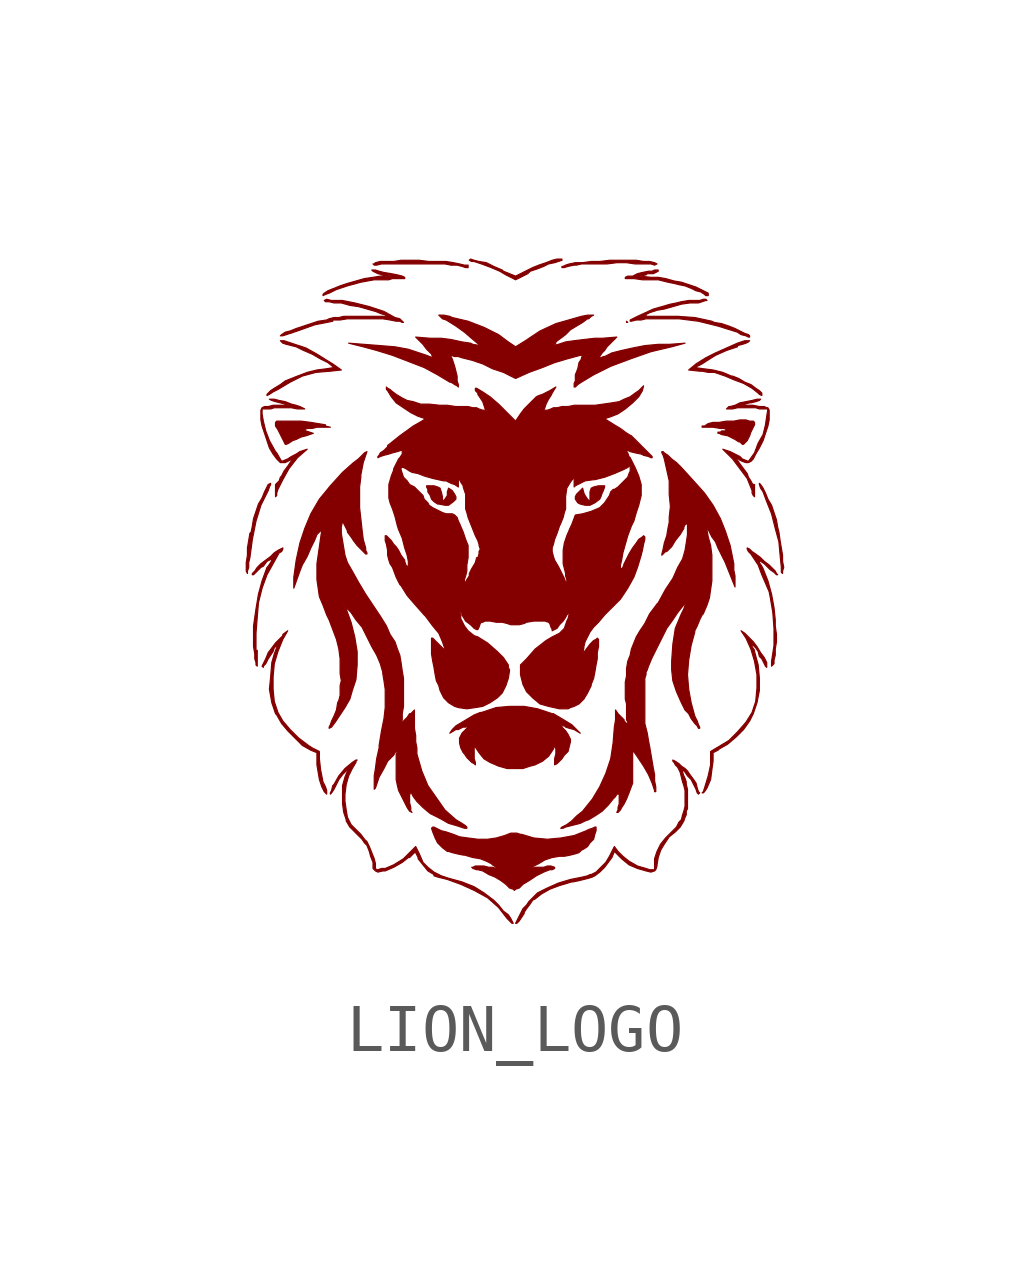
<source format=kicad_sym>
(kicad_symbol_lib
  (version 20201005)
  (generator kicad_symbol_editor)
  (symbol "lion_logo:LION_LOGO"
    (pin_names
      (offset 1.016))
    (property "Reference" "#G"
      (at 0 -6.833 0)
      (effects (font (size 1.27 1.27)) hide))
    (symbol "LION_LOGO_0_0"
      (polyline (pts (xy -0.076 -6.833) (xy -0.127 -6.756) (xy -0.229 -6.68) (xy -0.33 -6.553) (xy -0.432 -6.452) (xy -0.635 -6.299) (xy -0.838 -6.172) (xy -1.092 -6.071) (xy -1.372 -5.994) (xy -1.524 -5.944) (xy -1.676 -5.867) (xy -1.803 -5.766) (xy -1.905 -5.664) (xy -1.981 -5.486) (xy -2.057 -5.334) (xy -2.311 -5.588) (xy -2.515 -5.715) (xy -2.692 -5.791) (xy -2.769 -5.791) (xy -2.845 -5.817) (xy -2.87 -5.817) (xy -2.896 -5.791) (xy -2.896 -5.69) (xy -2.921 -5.588) (xy -3.023 -5.334) (xy -3.073 -5.232) (xy -3.124 -5.182) (xy -3.2 -5.08) (xy -3.404 -4.877) (xy -3.48 -4.724) (xy -3.505 -4.572) (xy -3.531 -4.394) (xy -3.531 -4.242) (xy -3.505 -4.039) (xy -3.454 -3.861) (xy -3.378 -3.708) (xy -3.302 -3.581) (xy -3.302 -3.556) (xy -3.277 -3.531) (xy -3.302 -3.531) (xy -3.378 -3.581) (xy -3.531 -3.708) (xy -3.658 -3.861) (xy -3.759 -4.039) (xy -3.785 -4.064) (xy -3.81 -4.166) (xy -3.835 -4.216) (xy -3.835 -4.242) (xy -3.81 -4.216) (xy -3.759 -4.14) (xy -3.658 -3.937) (xy -3.581 -3.835) (xy -3.531 -3.785) (xy -3.454 -3.683) (xy -3.48 -3.759) (xy -3.531 -3.886) (xy -3.581 -4.064) (xy -3.581 -4.445) (xy -3.556 -4.623) (xy -3.505 -4.775) (xy -3.505 -4.801) (xy -3.429 -4.928) (xy -3.175 -5.182) (xy -3.124 -5.258) (xy -3.073 -5.309) (xy -3.023 -5.436) (xy -2.997 -5.537) (xy -2.946 -5.664) (xy -2.946 -5.791) (xy -2.896 -5.842) (xy -2.845 -5.867) (xy -2.743 -5.842) (xy -2.692 -5.842) (xy -2.515 -5.766) (xy -2.337 -5.664) (xy -2.21 -5.563) (xy -2.184 -5.563) (xy -2.083 -5.461) (xy -2.057 -5.461) (xy -2.007 -5.563) (xy -2.007 -5.588) (xy -1.803 -5.842) (xy -1.676 -5.918) (xy -1.676 -5.944) (xy -1.6 -5.969) (xy -1.397 -6.02) (xy -1.118 -6.121) (xy -0.838 -6.248) (xy -0.559 -6.401) (xy -0.33 -6.604) (xy -0.152 -6.833) (xy -0.051 -6.934) (xy -0.025 -6.934) (xy -0.076 -6.833)) (stroke (width 0.025)) (fill (type outline)))
      (polyline (pts (xy 0.102 -6.883) (xy 0.203 -6.731) (xy 0.203 -6.706) (xy 0.254 -6.629) (xy 0.33 -6.528) (xy 0.381 -6.452) (xy 0.432 -6.426) (xy 0.559 -6.325) (xy 0.737 -6.223) (xy 0.94 -6.147) (xy 1.194 -6.071) (xy 1.219 -6.071) (xy 1.346 -6.045) (xy 1.549 -5.994) (xy 1.626 -5.969) (xy 1.676 -5.944) (xy 1.778 -5.867) (xy 1.88 -5.766) (xy 2.032 -5.563) (xy 2.083 -5.436) (xy 2.235 -5.588) (xy 2.388 -5.715) (xy 2.565 -5.791) (xy 2.743 -5.842) (xy 2.845 -5.867) (xy 2.921 -5.842) (xy 2.946 -5.817) (xy 2.972 -5.74) (xy 2.972 -5.715) (xy 2.997 -5.563) (xy 3.048 -5.41) (xy 3.124 -5.283) (xy 3.226 -5.131) (xy 3.353 -5.029) (xy 3.454 -4.928) (xy 3.531 -4.801) (xy 3.556 -4.724) (xy 3.581 -4.674) (xy 3.581 -4.597) (xy 3.607 -4.547) (xy 3.607 -4.14) (xy 3.581 -4.039) (xy 3.581 -3.988) (xy 3.556 -3.912) (xy 3.531 -3.861) (xy 3.48 -3.708) (xy 3.556 -3.785) (xy 3.607 -3.861) (xy 3.683 -3.937) (xy 3.785 -4.14) (xy 3.81 -4.216) (xy 3.835 -4.242) (xy 3.861 -4.216) (xy 3.835 -4.191) (xy 3.81 -4.115) (xy 3.785 -4.013) (xy 3.734 -3.937) (xy 3.658 -3.835) (xy 3.607 -3.759) (xy 3.556 -3.708) (xy 3.48 -3.658) (xy 3.429 -3.607) (xy 3.353 -3.556) (xy 3.302 -3.531) (xy 3.302 -3.556) (xy 3.327 -3.581) (xy 3.353 -3.632) (xy 3.404 -3.683) (xy 3.454 -3.785) (xy 3.505 -3.988) (xy 3.531 -4.064) (xy 3.556 -4.166) (xy 3.556 -4.496) (xy 3.531 -4.597) (xy 3.505 -4.674) (xy 3.48 -4.775) (xy 3.429 -4.826) (xy 3.378 -4.928) (xy 3.15 -5.156) (xy 3.048 -5.283) (xy 2.972 -5.436) (xy 2.921 -5.588) (xy 2.921 -5.817) (xy 2.819 -5.817) (xy 2.743 -5.791) (xy 2.565 -5.74) (xy 2.388 -5.639) (xy 2.261 -5.537) (xy 2.159 -5.436) (xy 2.083 -5.334) (xy 1.981 -5.537) (xy 1.905 -5.664) (xy 1.702 -5.867) (xy 1.6 -5.918) (xy 1.575 -5.918) (xy 1.524 -5.944) (xy 1.422 -5.969) (xy 1.168 -6.02) (xy 0.914 -6.096) (xy 0.686 -6.198) (xy 0.483 -6.299) (xy 0.305 -6.477) (xy 0.254 -6.553) (xy 0.178 -6.629) (xy 0.025 -6.934) (xy 0.051 -6.934) (xy 0.102 -6.883)) (stroke (width 0.025)) (fill (type outline)))
      (polyline (pts (xy 0.025 -6.223) (xy 0.102 -6.198) (xy 0.178 -6.121) (xy 0.305 -6.045) (xy 0.457 -5.944) (xy 0.61 -5.867) (xy 0.737 -5.817) (xy 0.787 -5.817) (xy 0.838 -5.791) (xy 0.838 -5.766) (xy 0.762 -5.74) (xy 0.686 -5.74) (xy 0.61 -5.766) (xy 0.432 -5.766) (xy 0.381 -5.791) (xy 0.33 -5.791) (xy 0.381 -5.766) (xy 0.406 -5.74) (xy 0.508 -5.69) (xy 0.635 -5.613) (xy 0.787 -5.563) (xy 0.94 -5.537) (xy 1.041 -5.537) (xy 1.168 -5.512) (xy 1.27 -5.486) (xy 1.346 -5.461) (xy 1.397 -5.41) (xy 1.448 -5.385) (xy 1.524 -5.334) (xy 1.575 -5.258) (xy 1.651 -5.182) (xy 1.676 -5.08) (xy 1.702 -5.004) (xy 1.702 -4.928) (xy 1.676 -4.928) (xy 1.626 -4.953) (xy 1.549 -4.978) (xy 1.499 -5.004) (xy 1.245 -5.105) (xy 0.965 -5.156) (xy 0.686 -5.182) (xy 0.406 -5.156) (xy 0.152 -5.08) (xy 0.127 -5.08) (xy 0.051 -5.055) (xy -0.076 -5.055) (xy -0.203 -5.105) (xy -0.381 -5.156) (xy -0.559 -5.182) (xy -0.762 -5.182) (xy -0.965 -5.156) (xy -1.143 -5.131) (xy -1.27 -5.08) (xy -1.422 -5.029) (xy -1.524 -5.004) (xy -1.676 -4.928) (xy -1.702 -4.928) (xy -1.727 -4.953) (xy -1.702 -5.029) (xy -1.651 -5.156) (xy -1.6 -5.258) (xy -1.499 -5.359) (xy -1.397 -5.436) (xy -1.372 -5.436) (xy -1.295 -5.461) (xy -1.194 -5.486) (xy -1.067 -5.512) (xy -1.041 -5.512) (xy -0.864 -5.563) (xy -0.711 -5.588) (xy -0.584 -5.639) (xy -0.483 -5.69) (xy -0.457 -5.715) (xy -0.381 -5.766) (xy -0.356 -5.791) (xy -0.381 -5.791) (xy -0.457 -5.766) (xy -0.533 -5.766) (xy -0.635 -5.74) (xy -0.813 -5.74) (xy -0.864 -5.766) (xy -0.889 -5.766) (xy -0.864 -5.791) (xy -0.787 -5.817) (xy -0.762 -5.817) (xy -0.66 -5.842) (xy -0.533 -5.918) (xy -0.406 -5.969) (xy -0.279 -6.045) (xy -0.178 -6.121) (xy -0.102 -6.198) (xy -0.025 -6.223) (xy 0 -6.248) (xy 0.025 -6.223)) (stroke (width 0.025)) (fill (type outline)))
      (polyline (pts (xy -0.991 -4.928) (xy -1.016 -4.902) (xy -1.092 -4.851) (xy -1.219 -4.775) (xy -1.448 -4.572) (xy -1.803 -4.064) (xy -1.93 -3.759) (xy -2.032 -3.404) (xy -2.032 -3.277) (xy -2.057 -3.15) (xy -2.057 -3.023) (xy -2.083 -2.87) (xy -2.083 -2.489) (xy -2.159 -2.565) (xy -2.184 -2.565) (xy -2.235 -2.642) (xy -2.362 -2.769) (xy -2.337 -2.692) (xy -2.337 -2.565) (xy -2.311 -2.413) (xy -2.311 -1.829) (xy -2.337 -1.676) (xy -2.362 -1.499) (xy -2.388 -1.346) (xy -2.438 -1.219) (xy -2.489 -1.067) (xy -2.591 -0.914) (xy -2.667 -0.737) (xy -2.794 -0.533) (xy -3.099 -0.076) (xy -3.251 0.178) (xy -3.378 0.406) (xy -3.48 0.584) (xy -3.531 0.737) (xy -3.607 1.194) (xy -3.607 1.321) (xy -3.581 1.448) (xy -3.48 1.245) (xy -3.48 1.219) (xy -3.404 1.118) (xy -3.353 1.041) (xy -3.277 0.94) (xy -3.099 0.762) (xy -3.073 0.762) (xy -3.073 0.787) (xy -3.099 0.838) (xy -3.099 0.889) (xy -3.15 1.067) (xy -3.175 1.27) (xy -3.226 1.727) (xy -3.226 2.159) (xy -3.2 2.362) (xy -3.2 2.413) (xy -3.15 2.667) (xy -3.073 2.896) (xy -3.124 2.87) (xy -3.251 2.743) (xy -3.353 2.667) (xy -3.581 2.464) (xy -3.835 2.184) (xy -4.064 1.905) (xy -4.242 1.6) (xy -4.369 1.295) (xy -4.47 0.991) (xy -4.547 0.635) (xy -4.597 0.279) (xy -4.597 0.051) (xy -4.47 0.406) (xy -4.42 0.533) (xy -4.318 0.711) (xy -4.242 0.889) (xy -4.166 1.041) (xy -4.115 1.168) (xy -4.039 1.245) (xy -4.039 1.27) (xy -4.013 1.295) (xy -4.013 1.27) (xy -4.115 0.559) (xy -4.115 0.229) (xy -4.064 -0.127) (xy -3.988 -0.305) (xy -3.912 -0.508) (xy -3.861 -0.61) (xy -3.708 -1.016) (xy -3.658 -1.219) (xy -3.632 -1.422) (xy -3.632 -1.727) (xy -3.607 -1.88) (xy -3.632 -1.981) (xy -3.632 -2.184) (xy -3.658 -2.286) (xy -3.683 -2.337) (xy -3.708 -2.489) (xy -3.759 -2.616) (xy -3.81 -2.718) (xy -3.835 -2.794) (xy -3.861 -2.845) (xy -3.861 -2.87) (xy -3.81 -2.845) (xy -3.734 -2.743) (xy -3.531 -2.438) (xy -3.429 -2.261) (xy -3.378 -2.083) (xy -3.302 -1.854) (xy -3.277 -1.549) (xy -3.277 -1.27) (xy -3.327 -0.965) (xy -3.404 -0.66) (xy -3.505 -0.381) (xy -3.581 -0.254) (xy -3.48 -0.381) (xy -3.404 -0.457) (xy -3.302 -0.61) (xy -3.175 -0.762) (xy -2.972 -1.168) (xy -2.87 -1.346) (xy -2.794 -1.524) (xy -2.743 -1.702) (xy -2.743 -1.727) (xy -2.718 -1.88) (xy -2.692 -2.057) (xy -2.692 -2.438) (xy -2.718 -2.667) (xy -2.769 -2.921) (xy -2.819 -3.226) (xy -2.819 -3.277) (xy -2.87 -3.505) (xy -2.896 -3.708) (xy -2.921 -3.861) (xy -2.921 -4.14) (xy -2.896 -4.115) (xy -2.819 -3.886) (xy -2.718 -3.708) (xy -2.642 -3.556) (xy -2.515 -3.429) (xy -2.489 -3.378) (xy -2.464 -3.353) (xy -2.438 -3.378) (xy -2.464 -3.404) (xy -2.464 -3.937) (xy -2.438 -4.064) (xy -2.413 -4.166) (xy -2.235 -4.521) (xy -2.184 -4.597) (xy -2.134 -4.623) (xy -2.159 -4.597) (xy -2.159 -4.521) (xy -2.184 -4.42) (xy -2.184 -4.267) (xy -2.159 -4.191) (xy -2.108 -4.293) (xy -2.032 -4.394) (xy -1.905 -4.521) (xy -1.753 -4.648) (xy -1.549 -4.75) (xy -1.372 -4.851) (xy -1.194 -4.902) (xy -1.041 -4.953) (xy -0.991 -4.953) (xy -0.991 -4.928)) (stroke (width 0.025)) (fill (type outline)))
      (polyline (pts (xy 1.067 -4.928) (xy 1.372 -4.851) (xy 1.473 -4.801) (xy 1.549 -4.775) (xy 1.676 -4.699) (xy 1.829 -4.597) (xy 1.956 -4.47) (xy 2.057 -4.343) (xy 2.108 -4.293) (xy 2.134 -4.242) (xy 2.184 -4.242) (xy 2.184 -4.445) (xy 2.159 -4.521) (xy 2.159 -4.572) (xy 2.134 -4.623) (xy 2.159 -4.623) (xy 2.21 -4.572) (xy 2.235 -4.521) (xy 2.286 -4.445) (xy 2.337 -4.343) (xy 2.388 -4.216) (xy 2.464 -4.013) (xy 2.464 -3.327) (xy 2.54 -3.429) (xy 2.692 -3.658) (xy 2.794 -3.835) (xy 2.87 -4.013) (xy 2.921 -4.166) (xy 2.921 -4.191) (xy 2.946 -4.191) (xy 2.946 -4.089) (xy 2.921 -3.962) (xy 2.921 -3.835) (xy 2.896 -3.708) (xy 2.819 -3.251) (xy 2.794 -3.124) (xy 2.769 -2.972) (xy 2.718 -2.769) (xy 2.718 -1.829) (xy 2.743 -1.753) (xy 2.743 -1.702) (xy 2.769 -1.651) (xy 2.794 -1.575) (xy 2.87 -1.397) (xy 3.175 -0.787) (xy 3.302 -0.61) (xy 3.404 -0.457) (xy 3.505 -0.33) (xy 3.581 -0.229) (xy 3.531 -0.381) (xy 3.48 -0.483) (xy 3.353 -0.787) (xy 3.302 -1.118) (xy 3.277 -1.473) (xy 3.277 -1.651) (xy 3.302 -1.88) (xy 3.378 -2.108) (xy 3.48 -2.337) (xy 3.556 -2.489) (xy 3.632 -2.565) (xy 3.683 -2.667) (xy 3.759 -2.769) (xy 3.81 -2.819) (xy 3.835 -2.87) (xy 3.861 -2.87) (xy 3.861 -2.845) (xy 3.835 -2.794) (xy 3.81 -2.718) (xy 3.759 -2.616) (xy 3.683 -2.337) (xy 3.632 -2.057) (xy 3.607 -1.753) (xy 3.632 -1.448) (xy 3.683 -1.143) (xy 3.759 -0.864) (xy 3.759 -0.838) (xy 3.81 -0.737) (xy 3.861 -0.61) (xy 3.912 -0.508) (xy 3.937 -0.483) (xy 4.013 -0.305) (xy 4.064 -0.152) (xy 4.115 0.203) (xy 4.115 0.737) (xy 4.089 0.94) (xy 4.039 1.118) (xy 4.013 1.27) (xy 3.988 1.295) (xy 4.013 1.295) (xy 4.039 1.27) (xy 4.115 1.118) (xy 4.191 1.016) (xy 4.242 0.889) (xy 4.394 0.584) (xy 4.597 0.076) (xy 4.597 0.305) (xy 4.572 0.432) (xy 4.572 0.559) (xy 4.496 0.94) (xy 4.394 1.245) (xy 4.293 1.499) (xy 4.14 1.778) (xy 3.962 2.032) (xy 3.734 2.286) (xy 3.48 2.565) (xy 3.378 2.667) (xy 3.277 2.743) (xy 3.2 2.819) (xy 3.124 2.87) (xy 3.099 2.896) (xy 3.073 2.896) (xy 3.073 2.87) (xy 3.099 2.819) (xy 3.124 2.743) (xy 3.226 2.286) (xy 3.226 2.007) (xy 3.251 1.753) (xy 3.226 1.524) (xy 3.226 1.422) (xy 3.2 1.295) (xy 3.175 1.143) (xy 3.124 0.991) (xy 3.099 0.864) (xy 3.073 0.762) (xy 3.073 0.737) (xy 3.15 0.813) (xy 3.175 0.813) (xy 3.277 0.914) (xy 3.353 1.041) (xy 3.454 1.168) (xy 3.531 1.295) (xy 3.531 1.321) (xy 3.556 1.372) (xy 3.581 1.397) (xy 3.607 1.372) (xy 3.607 1.168) (xy 3.581 0.991) (xy 3.556 0.838) (xy 3.505 0.66) (xy 3.404 0.483) (xy 3.302 0.254) (xy 3.15 0.025) (xy 2.997 -0.254) (xy 2.972 -0.279) (xy 2.819 -0.483) (xy 2.718 -0.686) (xy 2.616 -0.838) (xy 2.54 -0.965) (xy 2.438 -1.219) (xy 2.413 -1.346) (xy 2.362 -1.473) (xy 2.337 -1.626) (xy 2.337 -1.778) (xy 2.311 -1.905) (xy 2.311 -2.261) (xy 2.337 -2.362) (xy 2.337 -2.692) (xy 2.362 -2.743) (xy 2.362 -2.794) (xy 2.286 -2.718) (xy 2.286 -2.692) (xy 2.159 -2.565) (xy 2.108 -2.489) (xy 2.108 -2.692) (xy 2.083 -2.845) (xy 2.057 -3.175) (xy 2.007 -3.505) (xy 1.905 -3.81) (xy 1.778 -4.089) (xy 1.626 -4.343) (xy 1.422 -4.597) (xy 1.295 -4.699) (xy 1.194 -4.801) (xy 1.092 -4.877) (xy 0.991 -4.928) (xy 0.965 -4.953) (xy 1.016 -4.953) (xy 1.067 -4.928)) (stroke (width 0.025)) (fill (type outline)))
      (polyline (pts (xy -3.912 -4.166) (xy -3.937 -4.089) (xy -3.988 -3.988) (xy -4.039 -3.734) (xy -4.064 -3.505) (xy -4.064 -3.353) (xy -4.216 -3.277) (xy -4.293 -3.226) (xy -4.496 -3.073) (xy -4.674 -2.896) (xy -4.826 -2.718) (xy -4.928 -2.54) (xy -5.004 -2.311) (xy -5.029 -2.057) (xy -5.029 -1.803) (xy -5.004 -1.524) (xy -4.928 -1.27) (xy -4.826 -1.016) (xy -4.724 -0.838) (xy -4.826 -0.914) (xy -4.826 -0.94) (xy -4.928 -1.041) (xy -4.978 -1.092) (xy -4.928 -1.092) (xy -4.902 -1.092) (xy -4.928 -1.118) (xy -4.928 -1.092) (xy -4.978 -1.092) (xy -5.131 -1.295) (xy -5.182 -1.422) (xy -5.258 -1.575) (xy -5.232 -1.6) (xy -5.232 -1.575) (xy -5.182 -1.524) (xy -5.131 -1.422) (xy -5.029 -1.27) (xy -5.004 -1.194) (xy -4.928 -1.118) (xy -5.004 -1.321) (xy -5.055 -1.499) (xy -5.08 -1.803) (xy -5.105 -2.057) (xy -5.055 -2.337) (xy -4.978 -2.565) (xy -4.953 -2.591) (xy -4.851 -2.769) (xy -4.724 -2.921) (xy -4.42 -3.226) (xy -4.242 -3.327) (xy -4.115 -3.378) (xy -4.115 -3.632) (xy -4.064 -3.937) (xy -4.013 -4.089) (xy -3.962 -4.191) (xy -3.912 -4.242) (xy -3.912 -4.166)) (stroke (width 0.025)) (fill (type outline)))
      (polyline (pts (xy 3.962 -4.191) (xy 4.013 -4.115) (xy 4.089 -3.937) (xy 4.115 -3.734) (xy 4.14 -3.556) (xy 4.14 -3.378) (xy 4.242 -3.327) (xy 4.267 -3.302) (xy 4.445 -3.2) (xy 4.623 -3.048) (xy 4.775 -2.896) (xy 4.902 -2.718) (xy 4.978 -2.565) (xy 5.055 -2.337) (xy 5.105 -2.083) (xy 5.105 -1.829) (xy 5.08 -1.549) (xy 5.004 -1.27) (xy 5.004 -1.245) (xy 4.953 -1.168) (xy 4.953 -1.092) (xy 4.978 -1.143) (xy 5.029 -1.194) (xy 5.08 -1.27) (xy 5.105 -1.372) (xy 5.156 -1.422) (xy 5.232 -1.575) (xy 5.258 -1.6) (xy 5.258 -1.499) (xy 5.207 -1.397) (xy 5.131 -1.295) (xy 5.055 -1.168) (xy 4.978 -1.067) (xy 4.801 -0.889) (xy 4.724 -0.838) (xy 4.826 -0.991) (xy 4.928 -1.219) (xy 5.004 -1.473) (xy 5.055 -1.753) (xy 5.055 -2.032) (xy 5.029 -2.311) (xy 4.953 -2.54) (xy 4.826 -2.743) (xy 4.648 -2.946) (xy 4.47 -3.124) (xy 4.089 -3.353) (xy 4.089 -3.632) (xy 4.039 -3.861) (xy 3.962 -4.115) (xy 3.937 -4.191) (xy 3.912 -4.216) (xy 3.937 -4.216) (xy 3.962 -4.191)) (stroke (width 0.025)) (fill (type outline)))
      (polyline (pts (xy 0.33 -3.658) (xy 0.432 -3.632) (xy 0.584 -3.556) (xy 0.711 -3.454) (xy 0.813 -3.302) (xy 0.838 -3.226) (xy 0.864 -3.302) (xy 0.864 -3.404) (xy 0.838 -3.505) (xy 0.838 -3.632) (xy 0.889 -3.607) (xy 0.991 -3.505) (xy 1.041 -3.429) (xy 1.118 -3.353) (xy 1.168 -3.15) (xy 1.168 -3.099) (xy 1.118 -2.997) (xy 1.067 -2.921) (xy 0.965 -2.819) (xy 1.041 -2.819) (xy 1.067 -2.845) (xy 1.143 -2.87) (xy 1.245 -2.896) (xy 1.372 -2.972) (xy 1.194 -2.794) (xy 0.813 -2.565) (xy 0.787 -2.565) (xy 0.483 -2.464) (xy 0.203 -2.413) (xy -0.102 -2.413) (xy -0.381 -2.438) (xy -0.686 -2.54) (xy -0.711 -2.54) (xy -0.838 -2.591) (xy -1.219 -2.819) (xy -1.295 -2.896) (xy -1.346 -2.972) (xy -1.219 -2.896) (xy -1.168 -2.896) (xy -1.067 -2.845) (xy -1.016 -2.845) (xy -0.94 -2.819) (xy -1.092 -2.972) (xy -1.143 -3.073) (xy -1.143 -3.175) (xy -1.118 -3.277) (xy -1.067 -3.378) (xy -1.041 -3.404) (xy -0.991 -3.48) (xy -0.889 -3.581) (xy -0.838 -3.607) (xy -0.813 -3.632) (xy -0.813 -3.581) (xy -0.838 -3.505) (xy -0.838 -3.226) (xy -0.737 -3.378) (xy -0.635 -3.505) (xy -0.508 -3.581) (xy -0.33 -3.658) (xy -0.152 -3.708) (xy 0.178 -3.708) (xy 0.33 -3.658)) (stroke (width 0.025)) (fill (type outline)))
      (polyline (pts (xy 1.168 -2.438) (xy 1.245 -2.413) (xy 1.346 -2.362) (xy 1.448 -2.261) (xy 1.524 -2.134) (xy 1.6 -1.981) (xy 1.6 -1.956) (xy 1.651 -1.829) (xy 1.676 -1.702) (xy 1.702 -1.549) (xy 1.727 -1.422) (xy 1.727 -1.295) (xy 1.753 -1.168) (xy 1.753 -1.016) (xy 1.727 -0.991) (xy 1.702 -1.016) (xy 1.651 -1.041) (xy 1.575 -1.118) (xy 1.422 -1.321) (xy 1.448 -1.194) (xy 1.448 -1.168) (xy 1.473 -1.067) (xy 1.575 -0.864) (xy 1.651 -0.762) (xy 1.753 -0.66) (xy 1.88 -0.508) (xy 2.21 -0.178) (xy 2.362 0.051) (xy 2.489 0.279) (xy 2.565 0.483) (xy 2.642 0.737) (xy 2.667 0.838) (xy 2.692 0.965) (xy 2.718 1.067) (xy 2.718 1.118) (xy 2.692 1.143) (xy 2.667 1.118) (xy 2.591 1.067) (xy 2.54 0.991) (xy 2.464 0.889) (xy 2.388 0.762) (xy 2.286 0.559) (xy 2.261 0.483) (xy 2.235 0.457) (xy 2.21 0.457) (xy 2.21 0.533) (xy 2.235 0.635) (xy 2.261 0.787) (xy 2.362 1.143) (xy 2.438 1.346) (xy 2.489 1.448) (xy 2.54 1.626) (xy 2.591 1.778) (xy 2.642 1.981) (xy 2.642 2.21) (xy 2.591 2.388) (xy 2.515 2.565) (xy 2.413 2.769) (xy 2.388 2.794) (xy 2.362 2.87) (xy 2.337 2.896) (xy 2.362 2.921) (xy 2.413 2.896) (xy 2.515 2.87) (xy 2.642 2.845) (xy 2.692 2.819) (xy 2.794 2.794) (xy 2.845 2.769) (xy 2.87 2.769) (xy 2.87 2.794) (xy 2.438 3.226) (xy 2.388 3.251) (xy 2.311 3.302) (xy 2.21 3.378) (xy 2.083 3.454) (xy 1.88 3.581) (xy 2.032 3.632) (xy 2.159 3.683) (xy 2.311 3.785) (xy 2.464 3.912) (xy 2.591 4.039) (xy 2.667 4.166) (xy 2.692 4.267) (xy 2.591 4.166) (xy 2.515 4.115) (xy 2.413 4.039) (xy 2.286 3.988) (xy 2.184 3.937) (xy 2.032 3.912) (xy 1.676 3.861) (xy 1.245 3.861) (xy 1.118 3.835) (xy 0.991 3.835) (xy 0.889 3.81) (xy 0.813 3.81) (xy 0.762 3.785) (xy 0.686 3.759) (xy 0.61 3.759) (xy 0.635 3.81) (xy 0.66 3.886) (xy 0.711 3.988) (xy 0.762 4.064) (xy 0.787 4.115) (xy 0.864 4.242) (xy 0.737 4.166) (xy 0.584 4.089) (xy 0.508 4.064) (xy 0.457 4.039) (xy 0.203 3.785) (xy 0.127 3.683) (xy 0.025 3.531) (xy -0.33 3.886) (xy -0.508 4.039) (xy -0.66 4.14) (xy -0.787 4.216) (xy -0.813 4.216) (xy -0.813 4.166) (xy -0.762 4.115) (xy -0.762 4.089) (xy -0.66 3.937) (xy -0.61 3.785) (xy -0.584 3.759) (xy -0.66 3.759) (xy -0.737 3.785) (xy -0.787 3.81) (xy -0.864 3.81) (xy -0.965 3.835) (xy -1.219 3.835) (xy -1.397 3.861) (xy -1.549 3.861) (xy -1.778 3.886) (xy -1.956 3.886) (xy -2.108 3.937) (xy -2.235 3.962) (xy -2.337 4.013) (xy -2.464 4.089) (xy -2.565 4.166) (xy -2.591 4.191) (xy -2.642 4.216) (xy -2.667 4.242) (xy -2.667 4.191) (xy -2.642 4.166) (xy -2.565 4.039) (xy -2.464 3.912) (xy -2.159 3.708) (xy -2.007 3.632) (xy -1.854 3.581) (xy -1.93 3.531) (xy -2.108 3.429) (xy -2.388 3.226) (xy -2.642 3.023) (xy -2.642 2.997) (xy -2.718 2.921) (xy -2.794 2.87) (xy -2.819 2.819) (xy -2.845 2.794) (xy -2.845 2.769) (xy -2.794 2.794) (xy -2.718 2.819) (xy -2.616 2.845) (xy -2.54 2.87) (xy -2.438 2.896) (xy -2.362 2.921) (xy -2.337 2.921) (xy -2.337 2.845) (xy -2.388 2.769) (xy -2.413 2.743) (xy -2.515 2.54) (xy -2.515 2.515) (xy -2.362 2.515) (xy -2.362 2.565) (xy -2.311 2.565) (xy -2.261 2.54) (xy -2.184 2.489) (xy -2.134 2.464) (xy -2.007 2.438) (xy -1.88 2.388) (xy -1.702 2.337) (xy -1.473 2.286) (xy -1.422 2.286) (xy -1.321 2.235) (xy -1.245 2.21) (xy -1.168 2.159) (xy -1.168 2.311) (xy -1.143 2.311) (xy -1.118 2.261) (xy -1.067 2.184) (xy -1.067 2.159) (xy -1.016 2.007) (xy -1.016 1.702) (xy -0.991 1.626) (xy -0.965 1.524) (xy -0.813 1.143) (xy -0.762 1.041) (xy -0.737 0.965) (xy -0.737 0.94) (xy -0.711 0.864) (xy -0.737 0.813) (xy 0.787 0.813) (xy 0.787 0.889) (xy 0.813 0.965) (xy 0.838 1.067) (xy 0.889 1.194) (xy 0.94 1.346) (xy 0.965 1.397) (xy 1.016 1.524) (xy 1.041 1.626) (xy 1.067 1.702) (xy 1.067 1.956) (xy 1.092 2.134) (xy 1.168 2.261) (xy 1.245 2.362) (xy 1.245 2.159) (xy 1.27 2.184) (xy 1.473 2.286) (xy 1.651 2.311) (xy 1.676 2.311) (xy 1.88 2.362) (xy 2.083 2.438) (xy 2.261 2.515) (xy 2.362 2.565) (xy 2.388 2.591) (xy 2.413 2.591) (xy 2.413 2.489) (xy 2.388 2.438) (xy 2.362 2.362) (xy 2.159 2.159) (xy 2.083 2.108) (xy 2.057 2.108) (xy 2.007 2.057) (xy 1.981 1.981) (xy 1.88 1.829) (xy 1.778 1.727) (xy 1.6 1.651) (xy 1.422 1.6) (xy 1.27 1.575) (xy 1.194 1.372) (xy 1.168 1.321) (xy 1.092 1.143) (xy 1.041 0.991) (xy 1.016 0.838) (xy 1.016 0.559) (xy 1.067 0.356) (xy 1.067 0.305) (xy 1.092 0.229) (xy 1.092 0.152) (xy 1.067 0.178) (xy 1.041 0.254) (xy 0.914 0.508) (xy 0.838 0.635) (xy 0.813 0.711) (xy 0.787 0.813) (xy -0.737 0.813) (xy -0.737 0.762) (xy -0.762 0.686) (xy -0.787 0.686) (xy -0.813 0.584) (xy -0.889 0.457) (xy -0.94 0.356) (xy -0.94 0.305) (xy -0.991 0.229) (xy -1.016 0.178) (xy -1.041 0.152) (xy -1.041 0.229) (xy -1.016 0.305) (xy -0.991 0.406) (xy -0.991 0.533) (xy -0.965 0.686) (xy -0.965 0.94) (xy -1.016 1.067) (xy -1.067 1.219) (xy -1.143 1.397) (xy -1.168 1.448) (xy -1.194 1.524) (xy -1.245 1.575) (xy -1.295 1.6) (xy -1.422 1.6) (xy -1.499 1.626) (xy -1.702 1.727) (xy -1.778 1.778) (xy -1.803 1.829) (xy -1.88 1.905) (xy -1.905 1.981) (xy -2.083 2.159) (xy -2.184 2.21) (xy -2.235 2.286) (xy -2.311 2.362) (xy -2.362 2.515) (xy -2.515 2.515) (xy -2.565 2.388) (xy -2.616 2.21) (xy -2.616 1.93) (xy -2.591 1.829) (xy -2.54 1.702) (xy -2.489 1.549) (xy -2.438 1.346) (xy -2.413 1.27) (xy -2.337 1.092) (xy -2.286 0.889) (xy -2.235 0.737) (xy -2.21 0.61) (xy -2.21 0.483) (xy -2.261 0.533) (xy -2.286 0.61) (xy -2.286 0.635) (xy -2.362 0.737) (xy -2.413 0.838) (xy -2.464 0.914) (xy -2.515 0.965) (xy -2.565 1.041) (xy -2.667 1.143) (xy -2.692 1.143) (xy -2.692 1.041) (xy -2.667 0.965) (xy -2.642 0.838) (xy -2.642 0.737) (xy -2.616 0.635) (xy -2.591 0.559) (xy -2.54 0.483) (xy -2.464 0.279) (xy -2.388 0.127) (xy -1.067 0.127) (xy -1.041 0.127) (xy -1.067 0.102) (xy -1.067 0.127) (xy -2.388 0.127) (xy -2.362 0.102) (xy -2.235 -0.102) (xy -2.083 -0.279) (xy -1.88 -0.508) (xy -1.854 -0.533) (xy -1.702 -0.737) (xy -1.575 -0.889) (xy -1.499 -1.067) (xy -1.422 -1.295) (xy -1.473 -1.219) (xy -1.702 -0.991) (xy -1.727 -0.991) (xy -1.727 -1.321) (xy -1.702 -1.473) (xy -1.676 -1.6) (xy -1.651 -1.753) (xy -1.626 -1.88) (xy -1.575 -1.981) (xy -1.549 -2.083) (xy -1.473 -2.235) (xy -1.372 -2.337) (xy -1.245 -2.413) (xy -1.168 -2.438) (xy -0.991 -2.464) (xy -0.813 -2.438) (xy -0.66 -2.413) (xy -0.508 -2.337) (xy -0.356 -2.235) (xy -0.254 -2.134) (xy -0.178 -1.981) (xy -0.127 -1.829) (xy -0.102 -1.676) (xy -0.102 -1.651) (xy -0.127 -1.6) (xy -0.127 -1.549) (xy -0.229 -1.397) (xy -0.356 -1.27) (xy -0.559 -1.092) (xy -0.762 -0.965) (xy -0.838 -0.94) (xy -0.965 -0.838) (xy -1.041 -0.737) (xy -1.118 -0.584) (xy -1.118 -0.508) (xy -1.143 -0.432) (xy -1.143 -0.406) (xy -1.118 -0.432) (xy 1.143 -0.432) (xy 1.168 -0.432) (xy 1.143 -0.457) (xy 1.143 -0.432) (xy -1.118 -0.432) (xy -1.092 -0.483) (xy -1.092 -0.508) (xy -1.016 -0.635) (xy -0.914 -0.711) (xy -0.838 -0.787) (xy -0.787 -0.813) (xy -0.762 -0.813) (xy -0.737 -0.762) (xy -0.711 -0.686) (xy -0.686 -0.66) (xy -0.66 -0.66) (xy -0.61 -0.635) (xy -0.508 -0.635) (xy -0.381 -0.66) (xy -0.254 -0.66) (xy -0.152 -0.686) (xy -0.076 -0.711) (xy 0.102 -0.711) (xy 0.203 -0.686) (xy 0.254 -0.66) (xy 0.406 -0.635) (xy 0.635 -0.635) (xy 0.711 -0.66) (xy 0.737 -0.686) (xy 0.762 -0.762) (xy 0.787 -0.813) (xy 0.787 -0.838) (xy 0.889 -0.787) (xy 0.94 -0.711) (xy 1.016 -0.635) (xy 1.067 -0.559) (xy 1.092 -0.508) (xy 1.143 -0.457) (xy 1.143 -0.483) (xy 1.118 -0.584) (xy 1.092 -0.635) (xy 1.041 -0.787) (xy 0.94 -0.889) (xy 0.787 -0.965) (xy 0.66 -1.041) (xy 0.432 -1.219) (xy 0.254 -1.422) (xy 0.127 -1.549) (xy 0.127 -1.753) (xy 0.178 -1.956) (xy 0.254 -2.108) (xy 0.381 -2.235) (xy 0.533 -2.362) (xy 0.711 -2.413) (xy 0.94 -2.464) (xy 1.118 -2.464) (xy 1.168 -2.438)) (stroke (width 0.025)) (fill (type outline)))
      (polyline (pts (xy -5.359 -1.245) (xy -5.385 -1.245) (xy -5.385 -0.889) (xy -5.359 -0.559) (xy -5.334 -0.254) (xy -5.258 0.051) (xy -5.156 0.33) (xy -4.902 0.787) (xy -4.851 0.813) (xy -4.826 0.864) (xy -4.826 0.889) (xy -4.928 0.838) (xy -5.004 0.787) (xy -5.08 0.711) (xy -5.283 0.559) (xy -5.359 0.483) (xy -5.41 0.406) (xy -5.461 0.356) (xy -5.461 0.33) (xy -5.436 0.33) (xy -5.283 0.483) (xy -5.232 0.508) (xy -5.156 0.61) (xy -5.055 0.66) (xy -5.055 0.635) (xy -5.08 0.584) (xy -5.131 0.508) (xy -5.156 0.483) (xy -5.258 0.203) (xy -5.334 -0.076) (xy -5.385 -0.381) (xy -5.436 -0.737) (xy -5.436 -1.168) (xy -5.41 -1.321) (xy -5.41 -1.422) (xy -5.385 -1.499) (xy -5.385 -1.549) (xy -5.359 -1.575) (xy -5.359 -1.245)) (stroke (width 0.025)) (fill (type outline)))
      (polyline (pts (xy 5.41 -1.524) (xy 5.41 -1.448) (xy 5.436 -1.346) (xy 5.436 -1.219) (xy 5.461 -1.067) (xy 5.461 -0.914) (xy 5.436 -0.737) (xy 5.436 -0.61) (xy 5.41 -0.356) (xy 5.359 -0.076) (xy 5.283 0.203) (xy 5.182 0.457) (xy 5.156 0.508) (xy 5.105 0.584) (xy 5.105 0.635) (xy 5.131 0.61) (xy 5.207 0.559) (xy 5.334 0.432) (xy 5.41 0.381) (xy 5.461 0.33) (xy 5.486 0.33) (xy 5.461 0.356) (xy 5.436 0.406) (xy 5.309 0.533) (xy 5.207 0.61) (xy 5.131 0.686) (xy 5.029 0.762) (xy 4.953 0.813) (xy 4.902 0.864) (xy 4.851 0.889) (xy 4.851 0.864) (xy 4.877 0.813) (xy 4.928 0.762) (xy 5.08 0.533) (xy 5.156 0.33) (xy 5.309 -0.025) (xy 5.334 -0.152) (xy 5.385 -0.457) (xy 5.41 -0.787) (xy 5.41 -1.143) (xy 5.359 -1.473) (xy 5.359 -1.575) (xy 5.41 -1.524)) (stroke (width 0.025)) (fill (type outline)))
      (polyline (pts (xy -5.563 0.406) (xy -5.537 0.483) (xy -5.537 0.584) (xy -5.512 0.686) (xy -5.461 1.067) (xy -5.385 1.448) (xy -5.283 1.778) (xy -5.131 2.083) (xy -5.105 2.159) (xy -5.08 2.21) (xy -5.08 2.235) (xy -5.131 2.21) (xy -5.207 2.057) (xy -5.258 1.93) (xy -5.334 1.803) (xy -5.436 1.499) (xy -5.461 1.346) (xy -5.486 1.219) (xy -5.512 1.194) (xy -5.563 0.889) (xy -5.563 0.737) (xy -5.588 0.584) (xy -5.588 0.406) (xy -5.563 0.356) (xy -5.563 0.406)) (stroke (width 0.025)) (fill (type outline)))
      (polyline (pts (xy 5.588 0.406) (xy 5.613 0.483) (xy 5.588 0.61) (xy 5.588 0.737) (xy 5.537 1.041) (xy 5.512 1.219) (xy 5.486 1.321) (xy 5.461 1.473) (xy 5.359 1.778) (xy 5.283 1.905) (xy 5.232 2.032) (xy 5.182 2.134) (xy 5.131 2.21) (xy 5.105 2.235) (xy 5.105 2.21) (xy 5.131 2.134) (xy 5.182 2.057) (xy 5.258 1.854) (xy 5.359 1.6) (xy 5.436 1.295) (xy 5.512 1.016) (xy 5.537 0.737) (xy 5.563 0.483) (xy 5.563 0.381) (xy 5.588 0.356) (xy 5.588 0.406)) (stroke (width 0.025)) (fill (type outline)))
      (polyline (pts (xy -4.953 1.981) (xy -4.953 2.032) (xy -4.928 2.108) (xy -4.826 2.311) (xy -4.699 2.54) (xy -4.521 2.769) (xy -4.318 2.946) (xy -4.47 2.896) (xy -4.547 2.845) (xy -4.648 2.794) (xy -4.724 2.743) (xy -4.851 2.692) (xy -4.953 2.87) (xy -4.978 2.896) (xy -5.105 3.124) (xy -5.182 3.327) (xy -5.232 3.531) (xy -5.258 3.683) (xy -5.258 3.785) (xy -5.08 3.785) (xy -5.004 3.81) (xy -4.648 3.81) (xy -4.521 3.785) (xy -4.369 3.785) (xy -4.47 3.835) (xy -4.547 3.861) (xy -4.648 3.886) (xy -4.775 3.937) (xy -4.902 3.962) (xy -5.004 3.988) (xy -5.105 3.988) (xy -5.055 3.962) (xy -4.978 3.937) (xy -4.674 3.861) (xy -5.029 3.861) (xy -5.131 3.835) (xy -5.207 3.835) (xy -5.258 3.81) (xy -5.283 3.759) (xy -5.283 3.556) (xy -5.258 3.429) (xy -5.105 2.972) (xy -5.029 2.845) (xy -4.953 2.743) (xy -4.877 2.667) (xy -4.775 2.667) (xy -4.674 2.718) (xy -4.597 2.769) (xy -4.674 2.667) (xy -4.724 2.591) (xy -4.801 2.489) (xy -4.851 2.388) (xy -4.877 2.362) (xy -4.902 2.286) (xy -4.978 2.21) (xy -4.978 1.956) (xy -4.953 1.981)) (stroke (width 0.025)) (fill (type outline)))
      (polyline (pts (xy 5.004 2.21) (xy 4.978 2.21) (xy 4.953 2.235) (xy 4.928 2.286) (xy 4.877 2.362) (xy 4.851 2.438) (xy 4.699 2.642) (xy 4.597 2.794) (xy 4.699 2.718) (xy 4.75 2.692) (xy 4.826 2.667) (xy 4.877 2.667) (xy 4.928 2.692) (xy 4.978 2.743) (xy 5.029 2.845) (xy 5.105 2.972) (xy 5.182 3.124) (xy 5.283 3.429) (xy 5.309 3.556) (xy 5.309 3.759) (xy 5.283 3.81) (xy 5.258 3.81) (xy 5.207 3.835) (xy 5.105 3.835) (xy 4.978 3.861) (xy 4.699 3.861) (xy 4.902 3.912) (xy 4.928 3.912) (xy 5.029 3.937) (xy 5.105 3.962) (xy 5.131 3.988) (xy 5.055 3.988) (xy 4.953 3.962) (xy 4.699 3.912) (xy 4.597 3.861) (xy 4.496 3.835) (xy 4.47 3.835) (xy 4.42 3.785) (xy 4.547 3.785) (xy 4.648 3.81) (xy 5.029 3.81) (xy 5.105 3.785) (xy 5.283 3.785) (xy 5.258 3.632) (xy 5.232 3.454) (xy 5.182 3.251) (xy 5.08 3.073) (xy 5.004 2.87) (xy 4.877 2.692) (xy 4.75 2.743) (xy 4.699 2.794) (xy 4.496 2.896) (xy 4.343 2.946) (xy 4.547 2.743) (xy 4.851 2.337) (xy 4.953 2.083) (xy 4.953 2.032) (xy 4.978 1.981) (xy 5.004 1.956) (xy 5.004 2.21)) (stroke (width 0.025)) (fill (type outline)))
      (polyline (pts (xy -4.699 3.073) (xy -4.623 3.124) (xy -4.547 3.15) (xy -4.445 3.2) (xy -4.343 3.226) (xy -4.191 3.277) (xy -4.343 3.327) (xy -4.394 3.353) (xy -4.369 3.353) (xy -4.318 3.378) (xy -4.216 3.378) (xy -4.115 3.404) (xy -3.835 3.404) (xy -3.937 3.429) (xy -3.937 3.454) (xy -4.242 3.505) (xy -4.445 3.531) (xy -4.953 3.531) (xy -4.978 3.505) (xy -4.978 3.429) (xy -4.928 3.353) (xy -4.775 3.048) (xy -4.75 3.048) (xy -4.699 3.073)) (stroke (width 0.025)) (fill (type outline)))
      (polyline (pts (xy 4.851 3.124) (xy 4.902 3.226) (xy 4.928 3.302) (xy 5.004 3.454) (xy 5.004 3.505) (xy 4.978 3.531) (xy 4.902 3.531) (xy 4.826 3.556) (xy 4.699 3.556) (xy 4.572 3.531) (xy 4.42 3.531) (xy 4.267 3.505) (xy 4.14 3.505) (xy 4.039 3.48) (xy 3.962 3.429) (xy 3.912 3.429) (xy 3.912 3.404) (xy 4.14 3.404) (xy 4.293 3.378) (xy 4.369 3.378) (xy 4.42 3.353) (xy 4.394 3.327) (xy 4.318 3.327) (xy 4.293 3.302) (xy 4.242 3.302) (xy 4.242 3.277) (xy 4.267 3.277) (xy 4.318 3.251) (xy 4.445 3.226) (xy 4.597 3.15) (xy 4.674 3.099) (xy 4.699 3.099) (xy 4.75 3.048) (xy 4.775 3.048) (xy 4.851 3.124)) (stroke (width 0.025)) (fill (type outline)))
      (polyline (pts (xy -5.105 4.089) (xy -5.029 4.14) (xy -4.928 4.191) (xy -4.674 4.343) (xy -4.42 4.47) (xy -4.14 4.547) (xy -3.835 4.572) (xy -3.607 4.597) (xy -3.785 4.724) (xy -3.912 4.801) (xy -4.115 4.928) (xy -4.343 5.055) (xy -4.801 5.207) (xy -4.877 5.207) (xy -4.826 5.156) (xy -4.75 5.131) (xy -4.547 5.08) (xy -4.394 5.004) (xy -4.216 4.928) (xy -4.039 4.826) (xy -3.886 4.75) (xy -3.759 4.648) (xy -3.912 4.623) (xy -4.115 4.597) (xy -4.318 4.547) (xy -4.521 4.47) (xy -4.775 4.369) (xy -4.877 4.293) (xy -5.004 4.216) (xy -5.08 4.166) (xy -5.156 4.089) (xy -5.156 4.064) (xy -5.105 4.089)) (stroke (width 0.025)) (fill (type outline)))
      (polyline (pts (xy 5.156 4.115) (xy 5.105 4.166) (xy 5.029 4.216) (xy 4.928 4.293) (xy 4.801 4.343) (xy 4.674 4.42) (xy 4.547 4.47) (xy 4.521 4.47) (xy 4.343 4.547) (xy 4.14 4.597) (xy 3.937 4.623) (xy 3.759 4.648) (xy 3.912 4.724) (xy 3.988 4.775) (xy 4.191 4.902) (xy 4.42 5.004) (xy 4.648 5.08) (xy 4.648 5.105) (xy 4.75 5.131) (xy 4.826 5.156) (xy 4.877 5.182) (xy 4.902 5.207) (xy 4.801 5.207) (xy 4.648 5.156) (xy 4.191 4.953) (xy 3.988 4.851) (xy 3.785 4.724) (xy 3.632 4.597) (xy 3.861 4.572) (xy 3.912 4.572) (xy 4.039 4.547) (xy 4.166 4.547) (xy 4.394 4.47) (xy 4.572 4.394) (xy 4.775 4.318) (xy 4.953 4.216) (xy 5.08 4.115) (xy 5.105 4.089) (xy 5.156 4.064) (xy 5.156 4.115)) (stroke (width 0.025)) (fill (type outline)))
      (polyline (pts (xy 1.321 4.293) (xy 1.397 4.343) (xy 1.651 4.496) (xy 2.007 4.674) (xy 2.413 4.826) (xy 2.845 4.978) (xy 3.277 5.08) (xy 3.556 5.156) (xy 3.226 5.131) (xy 2.997 5.131) (xy 2.718 5.105) (xy 2.464 5.055) (xy 2.235 5.004) (xy 2.032 4.953) (xy 1.88 4.877) (xy 1.854 4.877) (xy 1.803 4.851) (xy 1.778 4.851) (xy 1.778 4.877) (xy 1.829 4.953) (xy 1.88 5.004) (xy 1.93 5.08) (xy 2.134 5.283) (xy 1.829 5.258) (xy 1.676 5.258) (xy 1.448 5.232) (xy 1.245 5.207) (xy 1.067 5.182) (xy 0.914 5.131) (xy 0.787 5.105) (xy 0.864 5.156) (xy 0.864 5.182) (xy 1.067 5.334) (xy 1.168 5.436) (xy 1.422 5.588) (xy 1.524 5.664) (xy 1.549 5.664) (xy 1.6 5.715) (xy 1.651 5.74) (xy 1.524 5.74) (xy 1.397 5.715) (xy 0.864 5.563) (xy 0.533 5.41) (xy 0.229 5.207) (xy 0.025 5.08) (xy -0.127 5.182) (xy -0.33 5.334) (xy -0.635 5.486) (xy -0.965 5.613) (xy -1.295 5.69) (xy -1.346 5.715) (xy -1.473 5.74) (xy -1.575 5.74) (xy -1.499 5.664) (xy -1.422 5.639) (xy -1.219 5.512) (xy -1.041 5.385) (xy -0.864 5.232) (xy -0.711 5.105) (xy -0.864 5.131) (xy -0.914 5.156) (xy -1.092 5.182) (xy -1.321 5.232) (xy -1.524 5.258) (xy -1.753 5.258) (xy -2.057 5.283) (xy -1.905 5.131) (xy -1.829 5.029) (xy -1.727 4.928) (xy -1.702 4.851) (xy -1.829 4.902) (xy -2.21 5.029) (xy -2.489 5.08) (xy -2.794 5.105) (xy -3.454 5.156) (xy -3.15 5.08) (xy -2.87 5.004) (xy -2.54 4.902) (xy -1.88 4.648) (xy -1.6 4.496) (xy -1.346 4.343) (xy -1.321 4.343) (xy -1.245 4.293) (xy -1.194 4.267) (xy -1.168 4.242) (xy -1.168 4.293) (xy -1.194 4.369) (xy -1.194 4.47) (xy -1.245 4.674) (xy -1.295 4.826) (xy -1.321 4.877) (xy -1.346 4.902) (xy -1.321 4.902) (xy -1.245 4.877) (xy -1.168 4.877) (xy -1.092 4.851) (xy -0.889 4.801) (xy -0.66 4.724) (xy -0.457 4.623) (xy -0.229 4.547) (xy 0.025 4.42) (xy 0.305 4.547) (xy 0.584 4.648) (xy 0.838 4.75) (xy 1.092 4.826) (xy 1.372 4.902) (xy 1.422 4.902) (xy 1.397 4.851) (xy 1.397 4.826) (xy 1.346 4.75) (xy 1.321 4.623) (xy 1.27 4.496) (xy 1.27 4.369) (xy 1.245 4.318) (xy 1.245 4.242) (xy 1.27 4.242) (xy 1.321 4.293)) (stroke (width 0.025)) (fill (type outline)))
      (polyline (pts (xy -4.521 5.41) (xy -4.166 5.537) (xy -3.785 5.613) (xy -3.785 5.639) (xy -3.632 5.639) (xy -3.48 5.664) (xy -2.743 5.664) (xy -2.591 5.639) (xy -2.464 5.613) (xy -2.388 5.613) (xy -2.337 5.588) (xy -2.311 5.588) (xy -2.388 5.664) (xy -2.489 5.69) (xy -2.718 5.817) (xy -3.023 5.918) (xy -3.327 5.994) (xy -3.581 6.045) (xy -3.81 6.045) (xy -3.912 6.071) (xy -3.962 6.045) (xy -3.937 6.02) (xy -3.861 6.02) (xy -3.759 5.994) (xy -3.607 5.994) (xy -3.429 5.944) (xy -3.251 5.918) (xy -2.896 5.817) (xy -2.769 5.766) (xy -2.667 5.74) (xy -2.692 5.715) (xy -3.556 5.715) (xy -3.658 5.69) (xy -3.759 5.69) (xy -3.861 5.664) (xy -3.912 5.639) (xy -4.089 5.613) (xy -4.547 5.461) (xy -4.674 5.41) (xy -4.775 5.385) (xy -4.851 5.334) (xy -4.877 5.309) (xy -4.826 5.309) (xy -4.521 5.41)) (stroke (width 0.025)) (fill (type outline)))
      (polyline (pts (xy 4.902 5.309) (xy 4.877 5.334) (xy 4.801 5.359) (xy 4.597 5.461) (xy 4.47 5.512) (xy 4.318 5.563) (xy 4.166 5.588) (xy 4.115 5.613) (xy 3.759 5.69) (xy 3.404 5.715) (xy 2.769 5.715) (xy 2.718 5.74) (xy 2.819 5.791) (xy 2.972 5.842) (xy 3.124 5.867) (xy 3.48 5.969) (xy 3.658 5.994) (xy 3.835 5.994) (xy 3.988 6.045) (xy 4.013 6.045) (xy 3.988 6.071) (xy 3.937 6.071) (xy 3.861 6.045) (xy 3.632 6.045) (xy 3.48 6.02) (xy 3.378 5.994) (xy 3.251 5.969) (xy 2.896 5.867) (xy 2.565 5.715) (xy 2.413 5.639) (xy 2.413 5.613) (xy 2.438 5.613) (xy 2.54 5.639) (xy 2.642 5.639) (xy 2.743 5.664) (xy 3.429 5.664) (xy 3.835 5.613) (xy 4.242 5.512) (xy 4.648 5.385) (xy 4.724 5.334) (xy 4.826 5.309) (xy 4.877 5.283) (xy 4.902 5.283) (xy 4.902 5.309)) (stroke (width 0.025)) (fill (type outline)))
      (polyline (pts (xy 2.337 5.613) (xy 2.337 5.588) (xy 2.362 5.588) (xy 2.337 5.613)) (stroke (width 0.025)) (fill (type outline)))
      (polyline (pts (xy -3.937 6.172) (xy -3.861 6.198) (xy -3.708 6.274) (xy -3.48 6.35) (xy -3.2 6.426) (xy -2.921 6.477) (xy -2.616 6.477) (xy -2.54 6.502) (xy -2.286 6.502) (xy -2.286 6.528) (xy -2.337 6.553) (xy -2.438 6.579) (xy -2.565 6.604) (xy -2.718 6.629) (xy -2.819 6.655) (xy -2.896 6.68) (xy -2.972 6.68) (xy -2.946 6.655) (xy -2.845 6.604) (xy -2.743 6.579) (xy -2.565 6.553) (xy -2.794 6.553) (xy -2.946 6.528) (xy -3.124 6.502) (xy -3.48 6.401) (xy -3.632 6.35) (xy -3.886 6.248) (xy -3.962 6.198) (xy -3.988 6.172) (xy -3.988 6.147) (xy -3.937 6.172)) (stroke (width 0.025)) (fill (type outline)))
      (polyline (pts (xy 4.039 6.198) (xy 3.785 6.325) (xy 3.48 6.426) (xy 3.327 6.452) (xy 3.15 6.502) (xy 2.997 6.528) (xy 2.845 6.528) (xy 2.616 6.553) (xy 2.743 6.579) (xy 2.769 6.604) (xy 2.896 6.604) (xy 2.997 6.655) (xy 2.997 6.68) (xy 2.921 6.68) (xy 2.87 6.655) (xy 2.794 6.655) (xy 2.667 6.629) (xy 2.565 6.604) (xy 2.464 6.553) (xy 2.362 6.553) (xy 2.311 6.528) (xy 2.311 6.502) (xy 2.489 6.502) (xy 2.667 6.477) (xy 2.997 6.477) (xy 3.2 6.426) (xy 3.327 6.401) (xy 3.429 6.375) (xy 3.556 6.35) (xy 3.683 6.299) (xy 3.785 6.248) (xy 3.886 6.223) (xy 3.962 6.172) (xy 3.988 6.147) (xy 4.039 6.147) (xy 4.039 6.198)) (stroke (width 0.025)) (fill (type outline)))
      (polyline (pts (xy 0.279 6.604) (xy 0.33 6.655) (xy 0.483 6.706) (xy 0.61 6.756) (xy 0.711 6.807) (xy 0.838 6.833) (xy 0.991 6.883) (xy 0.991 6.909) (xy 0.889 6.909) (xy 0.787 6.883) (xy 0.66 6.833) (xy 0.508 6.782) (xy 0.381 6.731) (xy 0.025 6.553) (xy -0.229 6.655) (xy -0.254 6.68) (xy -0.432 6.756) (xy -0.584 6.833) (xy -0.737 6.858) (xy -0.838 6.883) (xy -0.914 6.909) (xy -0.94 6.883) (xy -0.889 6.858) (xy -0.838 6.858) (xy -0.686 6.807) (xy -0.483 6.731) (xy -0.305 6.655) (xy -0.178 6.579) (xy 0.025 6.477) (xy 0.279 6.604)) (stroke (width 0.025)) (fill (type outline)))
      (polyline (pts (xy -0.965 6.782) (xy -1.041 6.782) (xy -1.143 6.807) (xy -1.27 6.833) (xy -1.422 6.858) (xy -1.778 6.858) (xy -1.981 6.883) (xy -2.362 6.883) (xy -2.515 6.858) (xy -2.794 6.858) (xy -2.896 6.833) (xy -2.921 6.807) (xy -2.946 6.807) (xy -2.921 6.782) (xy -2.87 6.782) (xy -2.769 6.807) (xy -1.448 6.807) (xy -1.321 6.782) (xy -1.194 6.782) (xy -1.092 6.756) (xy -1.016 6.731) (xy -0.965 6.731) (xy -0.965 6.782)) (stroke (width 0.025)) (fill (type outline)))
      (polyline (pts (xy 1.118 6.756) (xy 1.245 6.782) (xy 1.295 6.782) (xy 1.397 6.807) (xy 1.93 6.807) (xy 2.134 6.833) (xy 2.337 6.833) (xy 2.515 6.807) (xy 2.845 6.807) (xy 2.921 6.782) (xy 2.972 6.807) (xy 2.921 6.833) (xy 2.819 6.858) (xy 2.692 6.858) (xy 2.54 6.883) (xy 1.981 6.883) (xy 1.778 6.858) (xy 1.6 6.858) (xy 1.422 6.833) (xy 1.27 6.833) (xy 1.143 6.807) (xy 1.067 6.782) (xy 1.016 6.756) (xy 0.991 6.756) (xy 0.991 6.731) (xy 1.041 6.731) (xy 1.118 6.756)) (stroke (width 0.025)) (fill (type outline)))
      (polyline (pts (xy 1.676 1.829) (xy 1.778 1.905) (xy 1.803 1.956) (xy 1.829 2.032) (xy 1.854 2.083) (xy 1.88 2.159) (xy 1.88 2.184) (xy 1.753 2.184) (xy 1.651 2.159) (xy 1.6 2.134) (xy 1.575 2.057) (xy 1.575 1.854) (xy 1.524 1.905) (xy 1.473 1.981) (xy 1.448 2.032) (xy 1.422 2.134) (xy 1.295 2.007) (xy 1.27 1.956) (xy 1.27 1.905) (xy 1.321 1.829) (xy 1.372 1.803) (xy 1.473 1.778) (xy 1.575 1.778) (xy 1.676 1.829)) (stroke (width 0.025)) (fill (type outline)))
      (polyline (pts (xy -1.27 1.854) (xy -1.219 1.905) (xy -1.219 1.956) (xy -1.245 2.007) (xy -1.295 2.083) (xy -1.372 2.134) (xy -1.397 2.057) (xy -1.397 1.981) (xy -1.448 1.905) (xy -1.499 1.854) (xy -1.499 1.956) (xy -1.524 2.057) (xy -1.549 2.134) (xy -1.6 2.159) (xy -1.676 2.184) (xy -1.829 2.184) (xy -1.829 2.159) (xy -1.803 2.108) (xy -1.803 2.057) (xy -1.753 1.981) (xy -1.727 1.905) (xy -1.676 1.854) (xy -1.6 1.803) (xy -1.575 1.803) (xy -1.448 1.778) (xy -1.372 1.778) (xy -1.27 1.854)) (stroke (width 0.025)) (fill (type outline))))))
</source>
